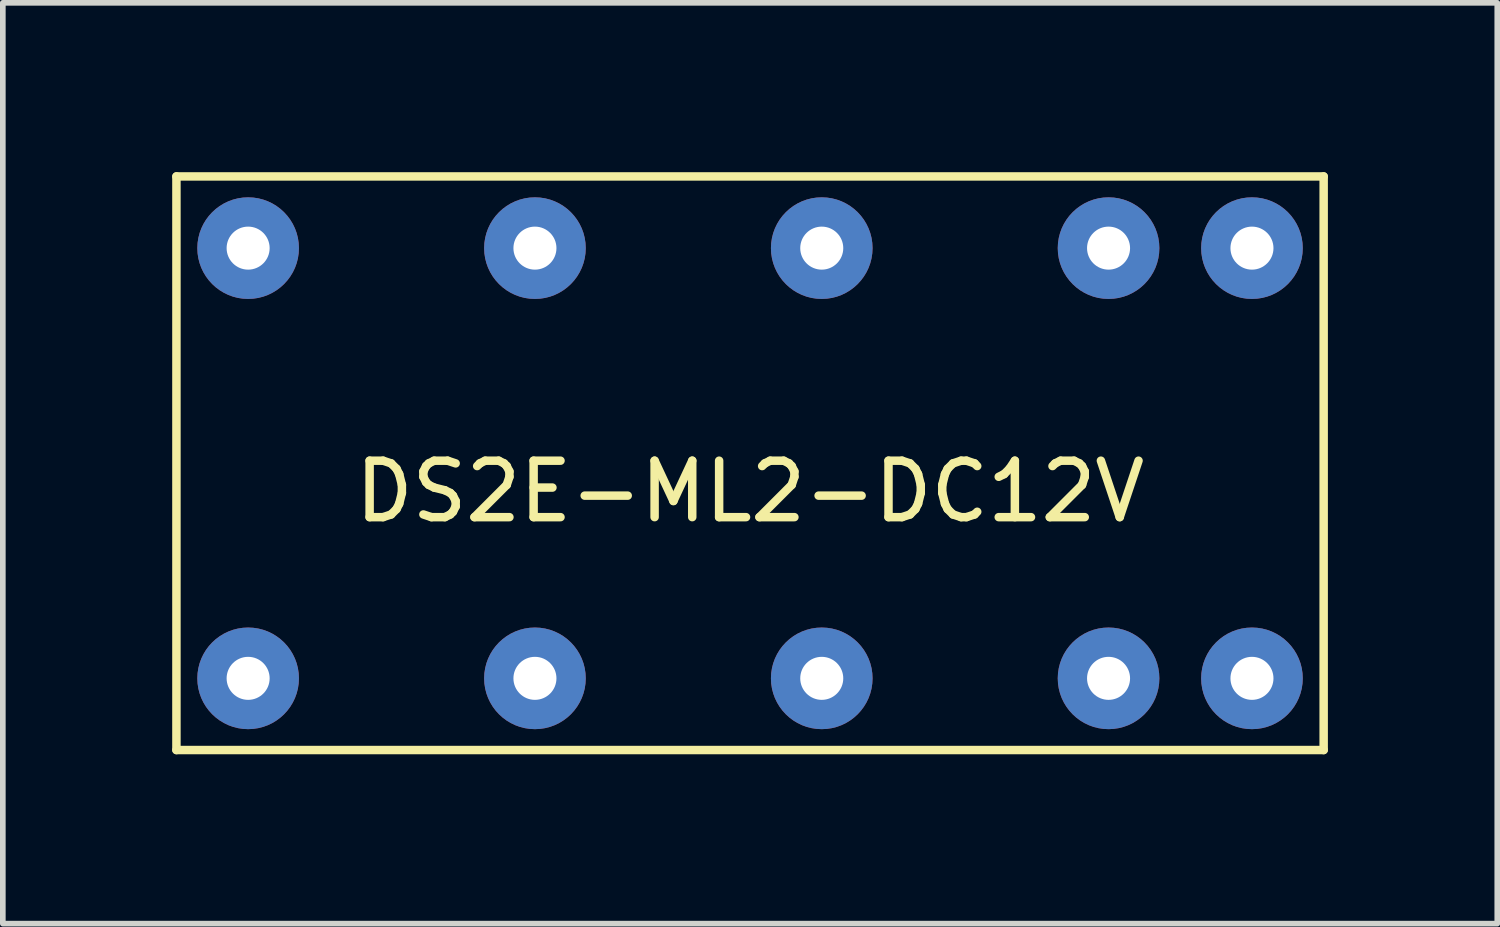
<source format=kicad_pcb>
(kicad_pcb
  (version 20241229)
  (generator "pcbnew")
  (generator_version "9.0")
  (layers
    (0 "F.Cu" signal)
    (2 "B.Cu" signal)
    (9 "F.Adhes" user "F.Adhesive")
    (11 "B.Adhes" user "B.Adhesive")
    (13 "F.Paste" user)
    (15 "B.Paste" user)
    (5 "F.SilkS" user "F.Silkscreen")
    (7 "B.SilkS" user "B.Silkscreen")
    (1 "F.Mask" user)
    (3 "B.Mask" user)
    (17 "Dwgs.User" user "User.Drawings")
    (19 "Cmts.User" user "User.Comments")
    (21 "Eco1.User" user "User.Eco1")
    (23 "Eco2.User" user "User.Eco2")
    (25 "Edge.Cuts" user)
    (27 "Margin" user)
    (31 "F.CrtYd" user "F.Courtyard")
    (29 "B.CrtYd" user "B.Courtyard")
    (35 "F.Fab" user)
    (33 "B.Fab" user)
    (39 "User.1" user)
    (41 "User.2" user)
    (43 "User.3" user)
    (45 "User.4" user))
  (footprint "DS2E-ML2-DC12V"
    (layer "F.Cu")
    (at 11.505 3.885)
    (property "Reference" "DS2E-ML2-DC12V" (at -1.27 1.77 0) (layer "F.SilkS") (effects (font (size 1 1) (thickness 0.15))))
    (attr through_hole)
    (fp_line (start -11.43 -3.81) (end -11.43 6.35) (stroke (width 0.15) (type solid)) (layer "F.SilkS"))
    (fp_line (start -11.43 6.35) (end 8.89 6.35) (stroke (width 0.15) (type solid)) (layer "F.SilkS"))
    (fp_line (start 8.89 -3.81) (end -11.43 -3.81) (stroke (width 0.15) (type solid)) (layer "F.SilkS"))
    (fp_line (start 8.89 6.35) (end 8.89 -3.81) (stroke (width 0.15) (type solid)) (layer "F.SilkS"))
    (pad "1" thru_hole circle (at 7.62 5.08) (size 1.8 1.8) (drill 0.762) (layers "*.Cu" "*.Mask"))
    (pad "2" thru_hole circle (at 5.08 5.08) (size 1.8 1.8) (drill 0.762) (layers "*.Cu" "*.Mask"))
    (pad "4" thru_hole circle (at 0 5.08) (size 1.8 1.8) (drill 0.762) (layers "*.Cu" "*.Mask"))
    (pad "6" thru_hole circle (at -5.08 5.08) (size 1.8 1.8) (drill 0.762) (layers "*.Cu" "*.Mask"))
    (pad "8" thru_hole circle (at -10.16 5.08) (size 1.8 1.8) (drill 0.762) (layers "*.Cu" "*.Mask"))
    (pad "9" thru_hole circle (at -10.16 -2.54) (size 1.8 1.8) (drill 0.762) (layers "*.Cu" "*.Mask"))
    (pad "11" thru_hole circle (at -5.08 -2.54) (size 1.8 1.8) (drill 0.762) (layers "*.Cu" "*.Mask"))
    (pad "13" thru_hole circle (at 0 -2.54) (size 1.8 1.8) (drill 0.762) (layers "*.Cu" "*.Mask"))
    (pad "15" thru_hole circle (at 5.08 -2.54) (size 1.8 1.8) (drill 0.762) (layers "*.Cu" "*.Mask"))
    (pad "16" thru_hole circle (at 7.62 -2.54) (size 1.8 1.8) (drill 0.762) (layers "*.Cu" "*.Mask")))
  (gr_rect
    (start -3 -3)
    (end 23.47 13.31)
    (stroke (width 0.1) (type default))
    (fill no)
    (layer "Edge.Cuts")))
</source>
